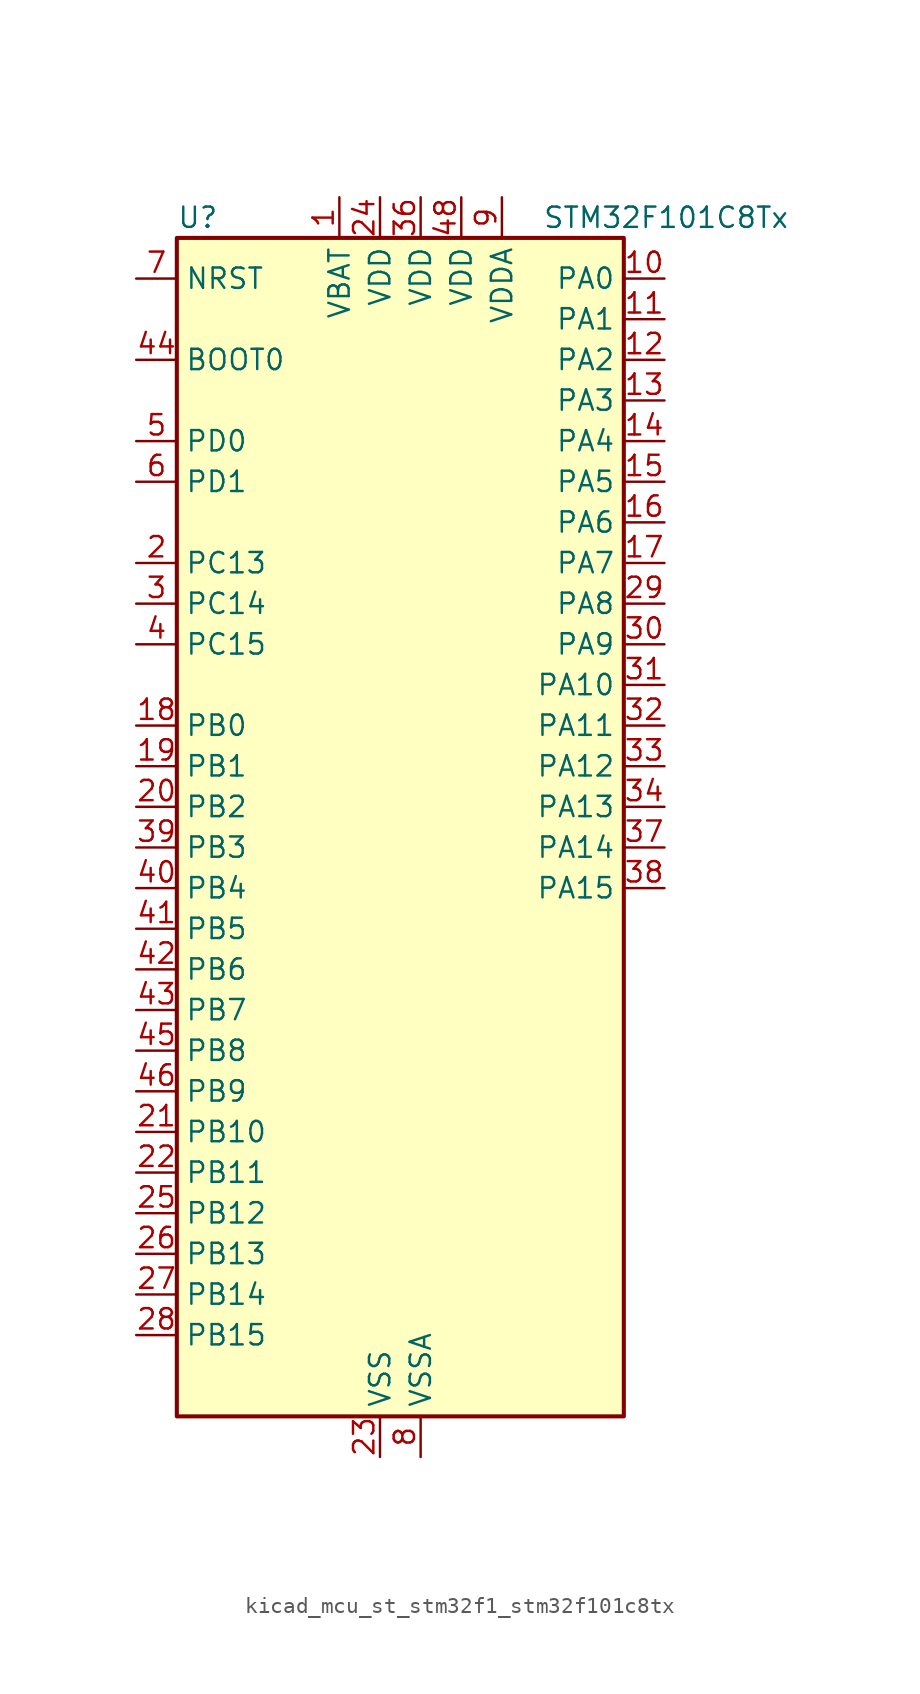
<source format=kicad_sym>
(kicad_symbol_lib
  (version 20220914)
  (generator kicad_symbol_editor)
  (symbol "kicad_mcu_st_stm32f1_stm32f101c8tx"
    (property "Reference" "U"
      (at -12.7 39.37 0)
      (effects (font (size 1.27 1.27)) (justify left)))
    (property "Value" "STM32F101C8Tx"
      (at 10.16 39.37 0)
      (effects (font (size 1.27 1.27)) (justify left)))
    (property "ki_locked" ""
      (at 0 0 0)
      (effects (font (size 1.27 1.27))))
    (symbol "kicad_mcu_st_stm32f1_stm32f101c8tx_0_1"
      (rectangle (start -12.7 -35.56) (end 15.24 38.1) (stroke (width 0.254) (type default)) (fill (type background))))
    (symbol "kicad_mcu_st_stm32f1_stm32f101c8tx_1_1"
      (pin power_in line (at -2.54 40.64 270) (length 2.54) (name "VBAT" (effects (font (size 1.27 1.27)))) (number "1" (effects (font (size 1.27 1.27)))))
      (pin bidirectional line (at 17.78 35.56 180) (length 2.54) (name "PA0" (effects (font (size 1.27 1.27)))) (number "10" (effects (font (size 1.27 1.27)))) (alternate "ADC1_IN0" bidirectional line) (alternate "SYS_WKUP" bidirectional line) (alternate "TIM2_CH1" bidirectional line) (alternate "TIM2_ETR" bidirectional line) (alternate "USART2_CTS" bidirectional line))
      (pin bidirectional line (at 17.78 33.02 180) (length 2.54) (name "PA1" (effects (font (size 1.27 1.27)))) (number "11" (effects (font (size 1.27 1.27)))) (alternate "ADC1_IN1" bidirectional line) (alternate "TIM2_CH2" bidirectional line) (alternate "USART2_RTS" bidirectional line))
      (pin bidirectional line (at 17.78 30.48 180) (length 2.54) (name "PA2" (effects (font (size 1.27 1.27)))) (number "12" (effects (font (size 1.27 1.27)))) (alternate "ADC1_IN2" bidirectional line) (alternate "TIM2_CH3" bidirectional line) (alternate "USART2_TX" bidirectional line))
      (pin bidirectional line (at 17.78 27.94 180) (length 2.54) (name "PA3" (effects (font (size 1.27 1.27)))) (number "13" (effects (font (size 1.27 1.27)))) (alternate "ADC1_IN3" bidirectional line) (alternate "TIM2_CH4" bidirectional line) (alternate "USART2_RX" bidirectional line))
      (pin bidirectional line (at 17.78 25.4 180) (length 2.54) (name "PA4" (effects (font (size 1.27 1.27)))) (number "14" (effects (font (size 1.27 1.27)))) (alternate "ADC1_IN4" bidirectional line) (alternate "SPI1_NSS" bidirectional line) (alternate "USART2_CK" bidirectional line))
      (pin bidirectional line (at 17.78 22.86 180) (length 2.54) (name "PA5" (effects (font (size 1.27 1.27)))) (number "15" (effects (font (size 1.27 1.27)))) (alternate "ADC1_IN5" bidirectional line) (alternate "SPI1_SCK" bidirectional line))
      (pin bidirectional line (at 17.78 20.32 180) (length 2.54) (name "PA6" (effects (font (size 1.27 1.27)))) (number "16" (effects (font (size 1.27 1.27)))) (alternate "ADC1_IN6" bidirectional line) (alternate "SPI1_MISO" bidirectional line) (alternate "TIM3_CH1" bidirectional line))
      (pin bidirectional line (at 17.78 17.78 180) (length 2.54) (name "PA7" (effects (font (size 1.27 1.27)))) (number "17" (effects (font (size 1.27 1.27)))) (alternate "ADC1_IN7" bidirectional line) (alternate "SPI1_MOSI" bidirectional line) (alternate "TIM3_CH2" bidirectional line))
      (pin bidirectional line (at -15.24 7.62 0) (length 2.54) (name "PB0" (effects (font (size 1.27 1.27)))) (number "18" (effects (font (size 1.27 1.27)))) (alternate "ADC1_IN8" bidirectional line) (alternate "TIM3_CH3" bidirectional line))
      (pin bidirectional line (at -15.24 5.08 0) (length 2.54) (name "PB1" (effects (font (size 1.27 1.27)))) (number "19" (effects (font (size 1.27 1.27)))) (alternate "ADC1_IN9" bidirectional line) (alternate "TIM3_CH4" bidirectional line))
      (pin bidirectional line (at -15.24 17.78 0) (length 2.54) (name "PC13" (effects (font (size 1.27 1.27)))) (number "2" (effects (font (size 1.27 1.27)))) (alternate "RTC_OUT" bidirectional line) (alternate "RTC_TAMPER" bidirectional line))
      (pin bidirectional line (at -15.24 2.54 0) (length 2.54) (name "PB2" (effects (font (size 1.27 1.27)))) (number "20" (effects (font (size 1.27 1.27)))))
      (pin bidirectional line (at -15.24 -17.78 0) (length 2.54) (name "PB10" (effects (font (size 1.27 1.27)))) (number "21" (effects (font (size 1.27 1.27)))) (alternate "I2C2_SCL" bidirectional line) (alternate "TIM2_CH3" bidirectional line) (alternate "USART3_TX" bidirectional line))
      (pin bidirectional line (at -15.24 -20.32 0) (length 2.54) (name "PB11" (effects (font (size 1.27 1.27)))) (number "22" (effects (font (size 1.27 1.27)))) (alternate "ADC1_EXTI11" bidirectional line) (alternate "I2C2_SDA" bidirectional line) (alternate "TIM2_CH4" bidirectional line) (alternate "USART3_RX" bidirectional line))
      (pin power_in line (at 0 -38.1 90) (length 2.54) (name "VSS" (effects (font (size 1.27 1.27)))) (number "23" (effects (font (size 1.27 1.27)))))
      (pin power_in line (at 0 40.64 270) (length 2.54) (name "VDD" (effects (font (size 1.27 1.27)))) (number "24" (effects (font (size 1.27 1.27)))))
      (pin bidirectional line (at -15.24 -22.86 0) (length 2.54) (name "PB12" (effects (font (size 1.27 1.27)))) (number "25" (effects (font (size 1.27 1.27)))) (alternate "I2C2_SMBA" bidirectional line) (alternate "SPI2_NSS" bidirectional line) (alternate "USART3_CK" bidirectional line))
      (pin bidirectional line (at -15.24 -25.4 0) (length 2.54) (name "PB13" (effects (font (size 1.27 1.27)))) (number "26" (effects (font (size 1.27 1.27)))) (alternate "SPI2_SCK" bidirectional line) (alternate "USART3_CTS" bidirectional line))
      (pin bidirectional line (at -15.24 -27.94 0) (length 2.54) (name "PB14" (effects (font (size 1.27 1.27)))) (number "27" (effects (font (size 1.27 1.27)))) (alternate "SPI2_MISO" bidirectional line) (alternate "USART3_RTS" bidirectional line))
      (pin bidirectional line (at -15.24 -30.48 0) (length 2.54) (name "PB15" (effects (font (size 1.27 1.27)))) (number "28" (effects (font (size 1.27 1.27)))) (alternate "ADC1_EXTI15" bidirectional line) (alternate "SPI2_MOSI" bidirectional line))
      (pin bidirectional line (at 17.78 15.24 180) (length 2.54) (name "PA8" (effects (font (size 1.27 1.27)))) (number "29" (effects (font (size 1.27 1.27)))) (alternate "RCC_MCO" bidirectional line) (alternate "USART1_CK" bidirectional line))
      (pin bidirectional line (at -15.24 15.24 0) (length 2.54) (name "PC14" (effects (font (size 1.27 1.27)))) (number "3" (effects (font (size 1.27 1.27)))) (alternate "RCC_OSC32_IN" bidirectional line))
      (pin bidirectional line (at 17.78 12.7 180) (length 2.54) (name "PA9" (effects (font (size 1.27 1.27)))) (number "30" (effects (font (size 1.27 1.27)))) (alternate "USART1_TX" bidirectional line))
      (pin bidirectional line (at 17.78 10.16 180) (length 2.54) (name "PA10" (effects (font (size 1.27 1.27)))) (number "31" (effects (font (size 1.27 1.27)))) (alternate "USART1_RX" bidirectional line))
      (pin bidirectional line (at 17.78 7.62 180) (length 2.54) (name "PA11" (effects (font (size 1.27 1.27)))) (number "32" (effects (font (size 1.27 1.27)))) (alternate "ADC1_EXTI11" bidirectional line) (alternate "USART1_CTS" bidirectional line))
      (pin bidirectional line (at 17.78 5.08 180) (length 2.54) (name "PA12" (effects (font (size 1.27 1.27)))) (number "33" (effects (font (size 1.27 1.27)))) (alternate "USART1_RTS" bidirectional line))
      (pin bidirectional line (at 17.78 2.54 180) (length 2.54) (name "PA13" (effects (font (size 1.27 1.27)))) (number "34" (effects (font (size 1.27 1.27)))) (alternate "SYS_JTMS-SWDIO" bidirectional line))
      (pin passive line (at 0 -38.1 90) (length 2.54) hide (name "VSS" (effects (font (size 1.27 1.27)))) (number "35" (effects (font (size 1.27 1.27)))))
      (pin power_in line (at 2.54 40.64 270) (length 2.54) (name "VDD" (effects (font (size 1.27 1.27)))) (number "36" (effects (font (size 1.27 1.27)))))
      (pin bidirectional line (at 17.78 0 180) (length 2.54) (name "PA14" (effects (font (size 1.27 1.27)))) (number "37" (effects (font (size 1.27 1.27)))) (alternate "SYS_JTCK-SWCLK" bidirectional line))
      (pin bidirectional line (at 17.78 -2.54 180) (length 2.54) (name "PA15" (effects (font (size 1.27 1.27)))) (number "38" (effects (font (size 1.27 1.27)))) (alternate "ADC1_EXTI15" bidirectional line) (alternate "SPI1_NSS" bidirectional line) (alternate "SYS_JTDI" bidirectional line) (alternate "TIM2_CH1" bidirectional line) (alternate "TIM2_ETR" bidirectional line))
      (pin bidirectional line (at -15.24 0 0) (length 2.54) (name "PB3" (effects (font (size 1.27 1.27)))) (number "39" (effects (font (size 1.27 1.27)))) (alternate "SPI1_SCK" bidirectional line) (alternate "SYS_JTDO-TRACESWO" bidirectional line) (alternate "TIM2_CH2" bidirectional line))
      (pin bidirectional line (at -15.24 12.7 0) (length 2.54) (name "PC15" (effects (font (size 1.27 1.27)))) (number "4" (effects (font (size 1.27 1.27)))) (alternate "ADC1_EXTI15" bidirectional line) (alternate "RCC_OSC32_OUT" bidirectional line))
      (pin bidirectional line (at -15.24 -2.54 0) (length 2.54) (name "PB4" (effects (font (size 1.27 1.27)))) (number "40" (effects (font (size 1.27 1.27)))) (alternate "SPI1_MISO" bidirectional line) (alternate "SYS_NJTRST" bidirectional line) (alternate "TIM3_CH1" bidirectional line))
      (pin bidirectional line (at -15.24 -5.08 0) (length 2.54) (name "PB5" (effects (font (size 1.27 1.27)))) (number "41" (effects (font (size 1.27 1.27)))) (alternate "I2C1_SMBA" bidirectional line) (alternate "SPI1_MOSI" bidirectional line) (alternate "TIM3_CH2" bidirectional line))
      (pin bidirectional line (at -15.24 -7.62 0) (length 2.54) (name "PB6" (effects (font (size 1.27 1.27)))) (number "42" (effects (font (size 1.27 1.27)))) (alternate "I2C1_SCL" bidirectional line) (alternate "TIM4_CH1" bidirectional line) (alternate "USART1_TX" bidirectional line))
      (pin bidirectional line (at -15.24 -10.16 0) (length 2.54) (name "PB7" (effects (font (size 1.27 1.27)))) (number "43" (effects (font (size 1.27 1.27)))) (alternate "I2C1_SDA" bidirectional line) (alternate "TIM4_CH2" bidirectional line) (alternate "USART1_RX" bidirectional line))
      (pin input line (at -15.24 30.48 0) (length 2.54) (name "BOOT0" (effects (font (size 1.27 1.27)))) (number "44" (effects (font (size 1.27 1.27)))))
      (pin bidirectional line (at -15.24 -12.7 0) (length 2.54) (name "PB8" (effects (font (size 1.27 1.27)))) (number "45" (effects (font (size 1.27 1.27)))) (alternate "I2C1_SCL" bidirectional line) (alternate "TIM4_CH3" bidirectional line))
      (pin bidirectional line (at -15.24 -15.24 0) (length 2.54) (name "PB9" (effects (font (size 1.27 1.27)))) (number "46" (effects (font (size 1.27 1.27)))) (alternate "I2C1_SDA" bidirectional line) (alternate "TIM4_CH4" bidirectional line))
      (pin passive line (at 0 -38.1 90) (length 2.54) hide (name "VSS" (effects (font (size 1.27 1.27)))) (number "47" (effects (font (size 1.27 1.27)))))
      (pin power_in line (at 5.08 40.64 270) (length 2.54) (name "VDD" (effects (font (size 1.27 1.27)))) (number "48" (effects (font (size 1.27 1.27)))))
      (pin bidirectional line (at -15.24 25.4 0) (length 2.54) (name "PD0" (effects (font (size 1.27 1.27)))) (number "5" (effects (font (size 1.27 1.27)))) (alternate "RCC_OSC_IN" bidirectional line))
      (pin bidirectional line (at -15.24 22.86 0) (length 2.54) (name "PD1" (effects (font (size 1.27 1.27)))) (number "6" (effects (font (size 1.27 1.27)))) (alternate "RCC_OSC_OUT" bidirectional line))
      (pin input line (at -15.24 35.56 0) (length 2.54) (name "NRST" (effects (font (size 1.27 1.27)))) (number "7" (effects (font (size 1.27 1.27)))))
      (pin power_in line (at 2.54 -38.1 90) (length 2.54) (name "VSSA" (effects (font (size 1.27 1.27)))) (number "8" (effects (font (size 1.27 1.27)))))
      (pin power_in line (at 7.62 40.64 270) (length 2.54) (name "VDDA" (effects (font (size 1.27 1.27)))) (number "9" (effects (font (size 1.27 1.27))))))))
</source>
